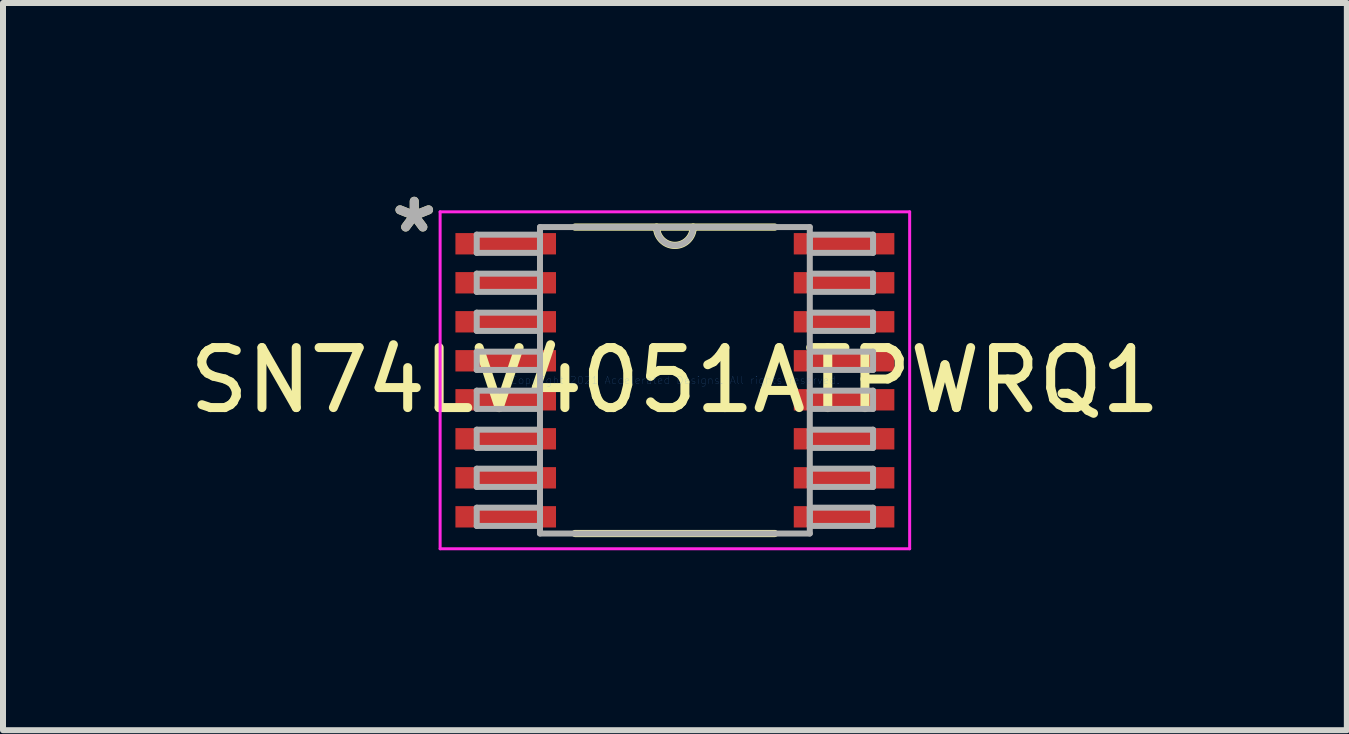
<source format=kicad_pcb>
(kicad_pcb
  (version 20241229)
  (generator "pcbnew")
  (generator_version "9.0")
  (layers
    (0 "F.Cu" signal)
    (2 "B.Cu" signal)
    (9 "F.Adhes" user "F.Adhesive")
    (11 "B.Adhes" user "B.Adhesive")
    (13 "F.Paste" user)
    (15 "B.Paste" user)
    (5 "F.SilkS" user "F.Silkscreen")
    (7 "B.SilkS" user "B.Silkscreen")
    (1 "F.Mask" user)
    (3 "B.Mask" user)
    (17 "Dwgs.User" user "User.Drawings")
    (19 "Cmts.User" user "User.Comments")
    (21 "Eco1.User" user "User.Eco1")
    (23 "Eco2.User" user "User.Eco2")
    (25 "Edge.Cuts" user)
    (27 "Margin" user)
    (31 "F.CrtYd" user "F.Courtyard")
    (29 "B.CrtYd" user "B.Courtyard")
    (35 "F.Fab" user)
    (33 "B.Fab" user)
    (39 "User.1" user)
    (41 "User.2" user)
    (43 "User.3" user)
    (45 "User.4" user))
  (footprint "SN74LV4051ATPWRQ1"
    (layer "F.Cu")
    (at 8.196 3.287)
    (property "Reference" "SN74LV4051ATPWRQ1" (at 0 0 0) (layer "F.SilkS") (effects (font (size 1 1) (thickness 0.15))))
    (attr through_hole)
    (fp_line (start -1.664 2.553) (end 1.664 2.553) (stroke (width 0.12) (type solid)) (layer "F.SilkS"))
    (fp_line (start 1.664 -2.553) (end -1.664 -2.553) (stroke (width 0.12) (type solid)) (layer "F.SilkS"))
    (fp_arc (start 0.3048 -2.5527) (mid 0 -2.2479) (end -0.3048 -2.5527) (stroke (width 0.12) (type solid)) (layer "F.SilkS"))
    (fp_line (start -3.912 2.807) (end -3.912 -2.807) (stroke (width 0.05) (type solid)) (layer "F.CrtYd"))
    (fp_line (start 3.912 -2.807) (end -3.912 -2.807) (stroke (width 0.05) (type solid)) (layer "F.CrtYd"))
    (fp_line (start 3.912 -2.807) (end 3.912 2.807) (stroke (width 0.05) (type solid)) (layer "F.CrtYd"))
    (fp_line (start 3.912 2.807) (end -3.912 2.807) (stroke (width 0.05) (type solid)) (layer "F.CrtYd"))
    (fp_line (start -3.302 -2.427) (end -3.302 -2.123) (stroke (width 0.1) (type solid)) (layer "F.Fab"))
    (fp_line (start -3.302 -2.123) (end -2.248 -2.123) (stroke (width 0.1) (type solid)) (layer "F.Fab"))
    (fp_line (start -3.302 -1.777) (end -3.302 -1.473) (stroke (width 0.1) (type solid)) (layer "F.Fab"))
    (fp_line (start -3.302 -1.473) (end -2.248 -1.473) (stroke (width 0.1) (type solid)) (layer "F.Fab"))
    (fp_line (start -3.302 -1.127) (end -3.302 -0.823) (stroke (width 0.1) (type solid)) (layer "F.Fab"))
    (fp_line (start -3.302 -0.823) (end -2.248 -0.823) (stroke (width 0.1) (type solid)) (layer "F.Fab"))
    (fp_line (start -3.302 -0.477) (end -3.302 -0.173) (stroke (width 0.1) (type solid)) (layer "F.Fab"))
    (fp_line (start -3.302 -0.173) (end -2.248 -0.173) (stroke (width 0.1) (type solid)) (layer "F.Fab"))
    (fp_line (start -3.302 0.173) (end -3.302 0.477) (stroke (width 0.1) (type solid)) (layer "F.Fab"))
    (fp_line (start -3.302 0.477) (end -2.248 0.477) (stroke (width 0.1) (type solid)) (layer "F.Fab"))
    (fp_line (start -3.302 0.823) (end -3.302 1.127) (stroke (width 0.1) (type solid)) (layer "F.Fab"))
    (fp_line (start -3.302 1.127) (end -2.248 1.127) (stroke (width 0.1) (type solid)) (layer "F.Fab"))
    (fp_line (start -3.302 1.473) (end -3.302 1.777) (stroke (width 0.1) (type solid)) (layer "F.Fab"))
    (fp_line (start -3.302 1.777) (end -2.248 1.777) (stroke (width 0.1) (type solid)) (layer "F.Fab"))
    (fp_line (start -3.302 2.123) (end -3.302 2.427) (stroke (width 0.1) (type solid)) (layer "F.Fab"))
    (fp_line (start -3.302 2.427) (end -2.248 2.427) (stroke (width 0.1) (type solid)) (layer "F.Fab"))
    (fp_line (start -2.248 -2.553) (end -2.248 2.553) (stroke (width 0.1) (type solid)) (layer "F.Fab"))
    (fp_line (start -2.248 -2.427) (end -3.302 -2.427) (stroke (width 0.1) (type solid)) (layer "F.Fab"))
    (fp_line (start -2.248 -2.123) (end -2.248 -2.427) (stroke (width 0.1) (type solid)) (layer "F.Fab"))
    (fp_line (start -2.248 -1.777) (end -3.302 -1.777) (stroke (width 0.1) (type solid)) (layer "F.Fab"))
    (fp_line (start -2.248 -1.473) (end -2.248 -1.777) (stroke (width 0.1) (type solid)) (layer "F.Fab"))
    (fp_line (start -2.248 -1.127) (end -3.302 -1.127) (stroke (width 0.1) (type solid)) (layer "F.Fab"))
    (fp_line (start -2.248 -0.823) (end -2.248 -1.127) (stroke (width 0.1) (type solid)) (layer "F.Fab"))
    (fp_line (start -2.248 -0.477) (end -3.302 -0.477) (stroke (width 0.1) (type solid)) (layer "F.Fab"))
    (fp_line (start -2.248 -0.173) (end -2.248 -0.477) (stroke (width 0.1) (type solid)) (layer "F.Fab"))
    (fp_line (start -2.248 0.173) (end -3.302 0.173) (stroke (width 0.1) (type solid)) (layer "F.Fab"))
    (fp_line (start -2.248 0.477) (end -2.248 0.173) (stroke (width 0.1) (type solid)) (layer "F.Fab"))
    (fp_line (start -2.248 0.823) (end -3.302 0.823) (stroke (width 0.1) (type solid)) (layer "F.Fab"))
    (fp_line (start -2.248 1.127) (end -2.248 0.823) (stroke (width 0.1) (type solid)) (layer "F.Fab"))
    (fp_line (start -2.248 1.473) (end -3.302 1.473) (stroke (width 0.1) (type solid)) (layer "F.Fab"))
    (fp_line (start -2.248 1.777) (end -2.248 1.473) (stroke (width 0.1) (type solid)) (layer "F.Fab"))
    (fp_line (start -2.248 2.123) (end -3.302 2.123) (stroke (width 0.1) (type solid)) (layer "F.Fab"))
    (fp_line (start -2.248 2.427) (end -2.248 2.123) (stroke (width 0.1) (type solid)) (layer "F.Fab"))
    (fp_line (start -2.248 2.553) (end 2.248 2.553) (stroke (width 0.1) (type solid)) (layer "F.Fab"))
    (fp_line (start 2.248 -2.553) (end -2.248 -2.553) (stroke (width 0.1) (type solid)) (layer "F.Fab"))
    (fp_line (start 2.248 -2.427) (end 2.248 -2.123) (stroke (width 0.1) (type solid)) (layer "F.Fab"))
    (fp_line (start 2.248 -2.123) (end 3.302 -2.123) (stroke (width 0.1) (type solid)) (layer "F.Fab"))
    (fp_line (start 2.248 -1.777) (end 2.248 -1.473) (stroke (width 0.1) (type solid)) (layer "F.Fab"))
    (fp_line (start 2.248 -1.473) (end 3.302 -1.473) (stroke (width 0.1) (type solid)) (layer "F.Fab"))
    (fp_line (start 2.248 -1.127) (end 2.248 -0.823) (stroke (width 0.1) (type solid)) (layer "F.Fab"))
    (fp_line (start 2.248 -0.823) (end 3.302 -0.823) (stroke (width 0.1) (type solid)) (layer "F.Fab"))
    (fp_line (start 2.248 -0.477) (end 2.248 -0.173) (stroke (width 0.1) (type solid)) (layer "F.Fab"))
    (fp_line (start 2.248 -0.173) (end 3.302 -0.173) (stroke (width 0.1) (type solid)) (layer "F.Fab"))
    (fp_line (start 2.248 0.173) (end 2.248 0.477) (stroke (width 0.1) (type solid)) (layer "F.Fab"))
    (fp_line (start 2.248 0.477) (end 3.302 0.477) (stroke (width 0.1) (type solid)) (layer "F.Fab"))
    (fp_line (start 2.248 0.823) (end 2.248 1.127) (stroke (width 0.1) (type solid)) (layer "F.Fab"))
    (fp_line (start 2.248 1.127) (end 3.302 1.127) (stroke (width 0.1) (type solid)) (layer "F.Fab"))
    (fp_line (start 2.248 1.473) (end 2.248 1.777) (stroke (width 0.1) (type solid)) (layer "F.Fab"))
    (fp_line (start 2.248 1.777) (end 3.302 1.777) (stroke (width 0.1) (type solid)) (layer "F.Fab"))
    (fp_line (start 2.248 2.123) (end 2.248 2.427) (stroke (width 0.1) (type solid)) (layer "F.Fab"))
    (fp_line (start 2.248 2.427) (end 3.302 2.427) (stroke (width 0.1) (type solid)) (layer "F.Fab"))
    (fp_line (start 2.248 2.553) (end 2.248 -2.553) (stroke (width 0.1) (type solid)) (layer "F.Fab"))
    (fp_line (start 3.302 -2.427) (end 2.248 -2.427) (stroke (width 0.1) (type solid)) (layer "F.Fab"))
    (fp_line (start 3.302 -2.123) (end 3.302 -2.427) (stroke (width 0.1) (type solid)) (layer "F.Fab"))
    (fp_line (start 3.302 -1.777) (end 2.248 -1.777) (stroke (width 0.1) (type solid)) (layer "F.Fab"))
    (fp_line (start 3.302 -1.473) (end 3.302 -1.777) (stroke (width 0.1) (type solid)) (layer "F.Fab"))
    (fp_line (start 3.302 -1.127) (end 2.248 -1.127) (stroke (width 0.1) (type solid)) (layer "F.Fab"))
    (fp_line (start 3.302 -0.823) (end 3.302 -1.127) (stroke (width 0.1) (type solid)) (layer "F.Fab"))
    (fp_line (start 3.302 -0.477) (end 2.248 -0.477) (stroke (width 0.1) (type solid)) (layer "F.Fab"))
    (fp_line (start 3.302 -0.173) (end 3.302 -0.477) (stroke (width 0.1) (type solid)) (layer "F.Fab"))
    (fp_line (start 3.302 0.173) (end 2.248 0.173) (stroke (width 0.1) (type solid)) (layer "F.Fab"))
    (fp_line (start 3.302 0.477) (end 3.302 0.173) (stroke (width 0.1) (type solid)) (layer "F.Fab"))
    (fp_line (start 3.302 0.823) (end 2.248 0.823) (stroke (width 0.1) (type solid)) (layer "F.Fab"))
    (fp_line (start 3.302 1.127) (end 3.302 0.823) (stroke (width 0.1) (type solid)) (layer "F.Fab"))
    (fp_line (start 3.302 1.473) (end 2.248 1.473) (stroke (width 0.1) (type solid)) (layer "F.Fab"))
    (fp_line (start 3.302 1.777) (end 3.302 1.473) (stroke (width 0.1) (type solid)) (layer "F.Fab"))
    (fp_line (start 3.302 2.123) (end 2.248 2.123) (stroke (width 0.1) (type solid)) (layer "F.Fab"))
    (fp_line (start 3.302 2.427) (end 3.302 2.123) (stroke (width 0.1) (type solid)) (layer "F.Fab"))
    (fp_arc (start 0.3048 -2.5527) (mid 0 -2.2479) (end -0.3048 -2.5527) (stroke (width 0.1) (type solid)) (layer "F.Fab"))
    (fp_text user "*" (at -4.343 -2.438 0) (layer "F.SilkS") (effects (font (size 1 1) (thickness 0.15))))
    (fp_text user "Copyright 2021 Accelerated Designs. All rights reserved." (at 0 0 0) (layer "Cmts.User") (effects (font (size 0.127 0.127) (thickness 0.002))))
    (fp_text user "*" (at -4.343 -2.438 0) (layer "F.Fab") (effects (font (size 1 1) (thickness 0.15))))
    (pad "1" smd rect (at -2.819 -2.275) (size 1.676 0.356) (layers "F.Cu" "F.Mask" "F.Paste"))
    (pad "2" smd rect (at -2.819 -1.625) (size 1.676 0.356) (layers "F.Cu" "F.Mask" "F.Paste"))
    (pad "3" smd rect (at -2.819 -0.975) (size 1.676 0.356) (layers "F.Cu" "F.Mask" "F.Paste"))
    (pad "4" smd rect (at -2.819 -0.325) (size 1.676 0.356) (layers "F.Cu" "F.Mask" "F.Paste"))
    (pad "5" smd rect (at -2.819 0.325) (size 1.676 0.356) (layers "F.Cu" "F.Mask" "F.Paste"))
    (pad "6" smd rect (at -2.819 0.975) (size 1.676 0.356) (layers "F.Cu" "F.Mask" "F.Paste"))
    (pad "7" smd rect (at -2.819 1.625) (size 1.676 0.356) (layers "F.Cu" "F.Mask" "F.Paste"))
    (pad "8" smd rect (at -2.819 2.275) (size 1.676 0.356) (layers "F.Cu" "F.Mask" "F.Paste"))
    (pad "9" smd rect (at 2.819 2.275) (size 1.676 0.356) (layers "F.Cu" "F.Mask" "F.Paste"))
    (pad "10" smd rect (at 2.819 1.625) (size 1.676 0.356) (layers "F.Cu" "F.Mask" "F.Paste"))
    (pad "11" smd rect (at 2.819 0.975) (size 1.676 0.356) (layers "F.Cu" "F.Mask" "F.Paste"))
    (pad "12" smd rect (at 2.819 0.325) (size 1.676 0.356) (layers "F.Cu" "F.Mask" "F.Paste"))
    (pad "13" smd rect (at 2.819 -0.325) (size 1.676 0.356) (layers "F.Cu" "F.Mask" "F.Paste"))
    (pad "14" smd rect (at 2.819 -0.975) (size 1.676 0.356) (layers "F.Cu" "F.Mask" "F.Paste"))
    (pad "15" smd rect (at 2.819 -1.625) (size 1.676 0.356) (layers "F.Cu" "F.Mask" "F.Paste"))
    (pad "16" smd rect (at 2.819 -2.275) (size 1.676 0.356) (layers "F.Cu" "F.Mask" "F.Paste")))
  (gr_rect
    (start -3 -3)
    (end 19.393 9.118)
    (stroke (width 0.1) (type default))
    (fill no)
    (layer "Edge.Cuts")))
</source>
